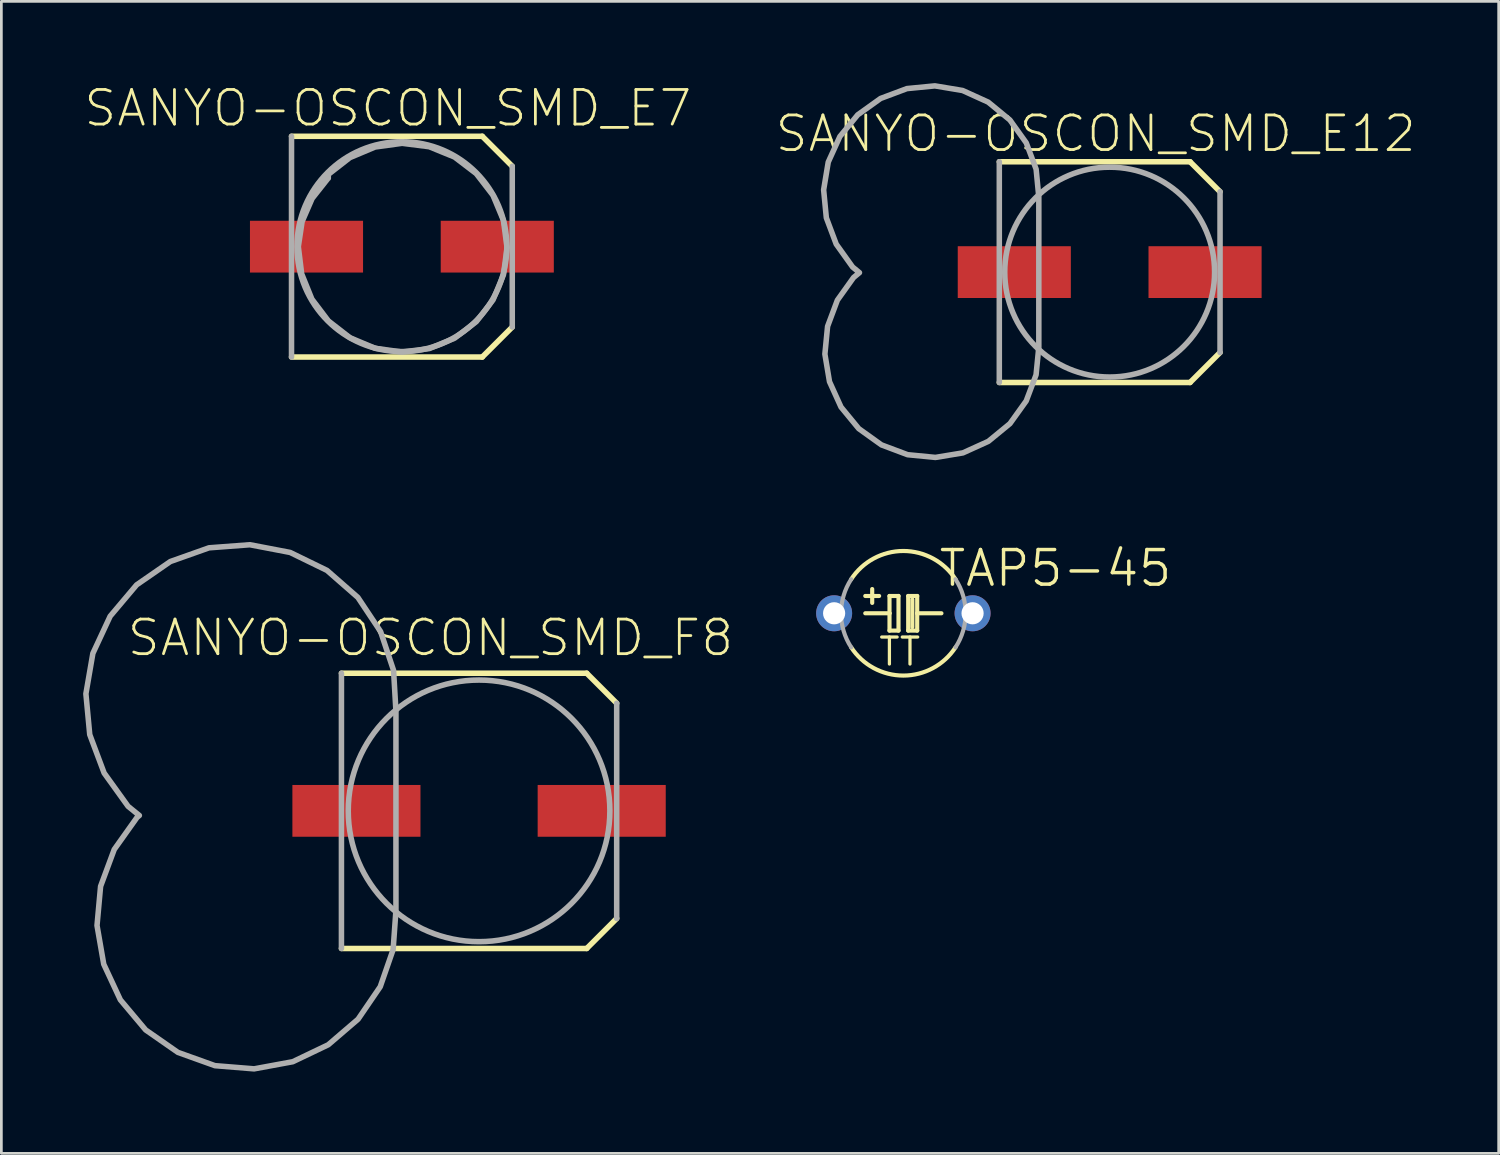
<source format=kicad_pcb>
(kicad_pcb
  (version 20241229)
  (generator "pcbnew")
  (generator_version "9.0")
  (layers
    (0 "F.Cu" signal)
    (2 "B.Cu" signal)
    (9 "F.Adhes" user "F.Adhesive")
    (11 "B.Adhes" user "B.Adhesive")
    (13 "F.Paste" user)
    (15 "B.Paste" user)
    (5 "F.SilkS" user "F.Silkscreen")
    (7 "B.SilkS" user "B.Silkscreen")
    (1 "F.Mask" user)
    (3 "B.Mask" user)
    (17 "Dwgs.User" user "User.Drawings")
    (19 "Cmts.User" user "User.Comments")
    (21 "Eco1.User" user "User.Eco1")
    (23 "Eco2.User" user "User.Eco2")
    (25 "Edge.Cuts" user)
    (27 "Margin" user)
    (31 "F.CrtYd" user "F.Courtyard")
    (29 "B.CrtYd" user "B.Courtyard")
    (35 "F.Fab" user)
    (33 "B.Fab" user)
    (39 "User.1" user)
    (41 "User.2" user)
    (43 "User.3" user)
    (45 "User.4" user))
  (footprint "SANYO-OSCON_SMD_E7"
    (layer "F.Cu")
    (at 11.697 6.001)
    (property "Reference" "SANYO-OSCON_SMD_E7" (at -0.514 -5.08 0) (layer "F.SilkS") (effects (font (size 1.27 1.27) (thickness 0.102))))
    (attr through_hole)
    (fp_line (start -4.05 -4.05) (end 2.95 -4.05) (stroke (width 0.203) (type solid)) (layer "F.SilkS"))
    (fp_line (start 2.95 -4.05) (end 4.05 -2.95) (stroke (width 0.203) (type solid)) (layer "F.SilkS"))
    (fp_line (start 2.95 4.05) (end -4.05 4.05) (stroke (width 0.203) (type solid)) (layer "F.SilkS"))
    (fp_line (start 4.05 2.95) (end 2.95 4.05) (stroke (width 0.203) (type solid)) (layer "F.SilkS"))
    (fp_line (start -4.05 4.05) (end -4.05 -4.05) (stroke (width 0.203) (type solid)) (layer "F.Fab"))
    (fp_line (start 4.05 -2.95) (end 4.05 2.95) (stroke (width 0.203) (type solid)) (layer "F.Fab"))
    (fp_circle (center 0 0) (end 3.85 0) (stroke (width 0.203) (type solid)) (fill no) (layer "F.Fab"))
    (fp_poly (pts (xy -2.7 -2.65) (xy -2.7 2.65) (xy -1.954 3.2) (xy -1.091 3.539) (xy -0.17 3.645) (xy 0.747 3.511) (xy 1.599 3.146) (xy 2.329 2.574) (xy 2.887 1.834) (xy 3.236 0.976) (xy 3.353 0.056) (xy 3.23 -0.863) (xy 2.874 -1.719) (xy 2.311 -2.455) (xy 1.577 -3.022) (xy 0.722 -3.381) (xy -0.196 -3.508) (xy -1.116 -3.395) (xy -1.976 -3.05) (xy -2.719 -2.494) (xy -3.293 -1.767) (xy -3.662 -0.917) (xy -3.8 0) (xy -3.678 0.995) (xy -3.302 1.925) (xy -2.697 2.725) (xy -1.906 3.341) (xy -0.981 3.73) (xy 0.012 3.866) (xy 1.007 3.739) (xy 1.935 3.358) (xy 2.732 2.75) (xy 3.344 1.955) (xy 3.728 1.029) (xy 3.859 0.034) (xy 3.727 -0.96) (xy 3.342 -1.886) (xy 2.729 -2.68) (xy 1.932 -3.288) (xy 1.003 -3.667) (xy 0.008 -3.793) (xy -0.985 -3.656) (xy -1.909 -3.267) (xy -2.7 -2.65)) (stroke (width 0.203) (type solid)) (fill no) (layer "F.Fab"))
    (pad "+" smd rect (at 3.5 0) (size 4.15 1.9) (layers "F.Cu" "F.Mask" "F.Paste"))
    (pad "-" smd rect (at -3.5 0) (size 4.15 1.9) (layers "F.Cu" "F.Mask" "F.Paste")))
  (footprint "TAP5-45"
    (layer "F.Cu")
    (at 30.098 19.454)
    (property "Reference" "TAP5-45" (at 5.582 -1.651 0) (layer "F.SilkS") (effects (font (size 1.27 1.27) (thickness 0.127))))
    (attr through_hole)
    (fp_line (start -1.397 0) (end -0.508 0) (stroke (width 0.152) (type solid)) (layer "F.SilkS"))
    (fp_line (start -1.143 -0.381) (end -1.143 -0.889) (stroke (width 0.152) (type solid)) (layer "F.SilkS"))
    (fp_line (start -0.889 -0.635) (end -1.397 -0.635) (stroke (width 0.152) (type solid)) (layer "F.SilkS"))
    (fp_line (start -0.508 -0.635) (end -0.508 0) (stroke (width 0.152) (type solid)) (layer "F.SilkS"))
    (fp_line (start -0.508 0) (end -0.508 0.635) (stroke (width 0.152) (type solid)) (layer "F.SilkS"))
    (fp_line (start -0.508 0.635) (end -0.178 0.635) (stroke (width 0.152) (type solid)) (layer "F.SilkS"))
    (fp_line (start -0.178 -0.635) (end -0.508 -0.635) (stroke (width 0.152) (type solid)) (layer "F.SilkS"))
    (fp_line (start -0.178 0.635) (end -0.178 -0.635) (stroke (width 0.152) (type solid)) (layer "F.SilkS"))
    (fp_line (start 0.178 -0.635) (end 0.178 0.635) (stroke (width 0.152) (type solid)) (layer "F.SilkS"))
    (fp_line (start 0.178 0.635) (end 0.508 0.635) (stroke (width 0.152) (type solid)) (layer "F.SilkS"))
    (fp_line (start 0.33 0.508) (end 0.33 -0.508) (stroke (width 0.152) (type solid)) (layer "F.SilkS"))
    (fp_line (start 0.508 -0.635) (end 0.178 -0.635) (stroke (width 0.152) (type solid)) (layer "F.SilkS"))
    (fp_line (start 0.508 0) (end 0.508 -0.635) (stroke (width 0.152) (type solid)) (layer "F.SilkS"))
    (fp_line (start 0.508 0) (end 1.397 0) (stroke (width 0.152) (type solid)) (layer "F.SilkS"))
    (fp_line (start 0.508 0.635) (end 0.508 0) (stroke (width 0.152) (type solid)) (layer "F.SilkS"))
    (fp_arc (start -1.9144 -1.2492) (mid -0.000001 -2.28592) (end 1.914399 -1.249201) (stroke (width 0.1524) (type solid)) (layer "F.SilkS"))
    (fp_arc (start 1.914399 1.249201) (mid -0.000001 2.285919) (end -1.9144 1.2492) (stroke (width 0.1524) (type solid)) (layer "F.SilkS"))
    (fp_arc (start -1.9144 1.2492) (mid -2.28592 0) (end -1.9144 -1.2492) (stroke (width 0.1524) (type solid)) (layer "F.Fab"))
    (fp_arc (start 1.9144 -1.2492) (mid 2.28592 0) (end 1.9144 1.2492) (stroke (width 0.1524) (type solid)) (layer "F.Fab"))
    (fp_text user "TT" (at -0.134 1.41 0) (layer "F.SilkS") (effects (font (size 0.991 0.991) (thickness 0.119))))
    (pad "+" thru_hole circle (at -2.54 0) (size 1.321 1.321) (drill 0.813) (layers "*.Cu" "*.Mask"))
    (pad "-" thru_hole circle (at 2.54 0) (size 1.321 1.321) (drill 0.813) (layers "*.Cu" "*.Mask")))
  (footprint "SANYO-OSCON_SMD_E12"
    (layer "F.Cu")
    (at 37.669 6.935)
    (property "Reference" "SANYO-OSCON_SMD_E12" (at -0.514 -5.08 0) (layer "F.SilkS") (effects (font (size 1.27 1.27) (thickness 0.102))))
    (attr through_hole)
    (fp_line (start -4.05 -4.05) (end 2.95 -4.05) (stroke (width 0.203) (type solid)) (layer "F.SilkS"))
    (fp_line (start 2.95 -4.05) (end 4.05 -2.95) (stroke (width 0.203) (type solid)) (layer "F.SilkS"))
    (fp_line (start 2.95 4.05) (end -4.05 4.05) (stroke (width 0.203) (type solid)) (layer "F.SilkS"))
    (fp_line (start 4.05 2.95) (end 2.95 4.05) (stroke (width 0.203) (type solid)) (layer "F.SilkS"))
    (fp_line (start -4.05 4.05) (end -4.05 -4.05) (stroke (width 0.203) (type solid)) (layer "F.Fab"))
    (fp_line (start 4.05 -2.95) (end 4.05 2.95) (stroke (width 0.203) (type solid)) (layer "F.Fab"))
    (fp_circle (center 0 0) (end 3.85 0) (stroke (width 0.203) (type solid)) (fill no) (layer "F.Fab"))
    (fp_poly (pts (xy -2.6 2.75) (xy -2.6 -2.75) (xy -2.699 -3.777) (xy -3.061 -4.743) (xy -3.661 -5.582) (xy -4.457 -6.237) (xy -5.396 -6.664) (xy -6.414 -6.834) (xy -7.44 -6.734) (xy -8.406 -6.372) (xy -9.245 -5.772) (xy -9.9 -4.976) (xy -10.327 -4.037) (xy -10.496 -3.019) (xy -10.397 -1.993) (xy -10.034 -1.027) (xy -9.434 -0.188) (xy -8.638 0.467) (xy -7.699 0.894) (xy -6.681 1.063) (xy -5.655 0.963) (xy -4.689 0.6) (xy -3.85 0) (xy -4.685 -0.594) (xy -5.644 -0.952) (xy -6.664 -1.05) (xy -7.674 -0.88) (xy -8.606 -0.455) (xy -9.397 0.197) (xy -9.992 1.03) (xy -10.351 1.99) (xy -10.45 3.009) (xy -10.281 4.02) (xy -9.858 4.952) (xy -9.207 5.744) (xy -8.374 6.34) (xy -7.415 6.7) (xy -6.395 6.8) (xy -5.385 6.633) (xy -4.452 6.21) (xy -3.66 5.56) (xy -3.063 4.728) (xy -2.701 3.769) (xy -2.6 2.75)) (stroke (width 0.203) (type solid)) (fill no) (layer "F.Fab"))
    (pad "+" smd rect (at 3.5 0) (size 4.15 1.9) (layers "F.Cu" "F.Mask" "F.Paste"))
    (pad "-" smd rect (at -3.5 0) (size 4.15 1.9) (layers "F.Cu" "F.Mask" "F.Paste")))
  (footprint "SANYO-OSCON_SMD_F8"
    (layer "F.Cu")
    (at 14.529 26.704)
    (property "Reference" "SANYO-OSCON_SMD_F8" (at -1.784 -6.35 0) (layer "F.SilkS") (effects (font (size 1.27 1.27) (thickness 0.102))))
    (attr through_hole)
    (fp_line (start -5.05 -5.05) (end 3.95 -5.05) (stroke (width 0.203) (type solid)) (layer "F.SilkS"))
    (fp_line (start 3.95 -5.05) (end 5.05 -3.95) (stroke (width 0.203) (type solid)) (layer "F.SilkS"))
    (fp_line (start 3.95 5.05) (end -5.05 5.05) (stroke (width 0.203) (type solid)) (layer "F.SilkS"))
    (fp_line (start 5.05 3.95) (end 3.95 5.05) (stroke (width 0.203) (type solid)) (layer "F.SilkS"))
    (fp_line (start -5.05 5.05) (end -5.05 -5.05) (stroke (width 0.203) (type solid)) (layer "F.Fab"))
    (fp_line (start 5.05 -3.95) (end 5.05 3.95) (stroke (width 0.203) (type solid)) (layer "F.Fab"))
    (fp_circle (center 0 0) (end 4.8 0) (stroke (width 0.203) (type solid)) (fill no) (layer "F.Fab"))
    (fp_poly (pts (xy -3.05 3.65) (xy -3.05 -3.65) (xy -3.137 -5.152) (xy -3.613 -6.579) (xy -4.447 -7.832) (xy -5.58 -8.823) (xy -6.932 -9.482) (xy -8.41 -9.765) (xy -9.91 -9.652) (xy -11.328 -9.149) (xy -12.566 -8.293) (xy -13.536 -7.143) (xy -14.171 -5.779) (xy -14.427 -4.296) (xy -14.286 -2.798) (xy -13.758 -1.389) (xy -12.88 -0.167) (xy -11.712 0.782) (xy -10.337 1.392) (xy -8.85 1.622) (xy -7.355 1.454) (xy -5.956 0.9) (xy -4.75 0) (xy -5.918 -0.847) (xy -7.265 -1.362) (xy -8.701 -1.507) (xy -10.124 -1.274) (xy -11.438 -0.677) (xy -12.551 0.24) (xy -13.387 1.416) (xy -13.888 2.769) (xy -14.019 4.206) (xy -13.772 5.627) (xy -13.162 6.935) (xy -12.234 8.039) (xy -11.05 8.863) (xy -9.692 9.35) (xy -8.254 9.467) (xy -6.835 9.205) (xy -5.534 8.583) (xy -4.439 7.644) (xy -3.626 6.452) (xy -3.153 5.089) (xy -3.05 3.65)) (stroke (width 0.203) (type solid)) (fill no) (layer "F.Fab"))
    (pad "+" smd rect (at 4.5 0) (size 4.7 1.9) (layers "F.Cu" "F.Mask" "F.Paste"))
    (pad "-" smd rect (at -4.5 0) (size 4.7 1.9) (layers "F.Cu" "F.Mask" "F.Paste")))
  (gr_rect
    (start -3 -3)
    (end 51.943 39.272)
    (stroke (width 0.1) (type default))
    (fill no)
    (layer "Edge.Cuts")))
</source>
